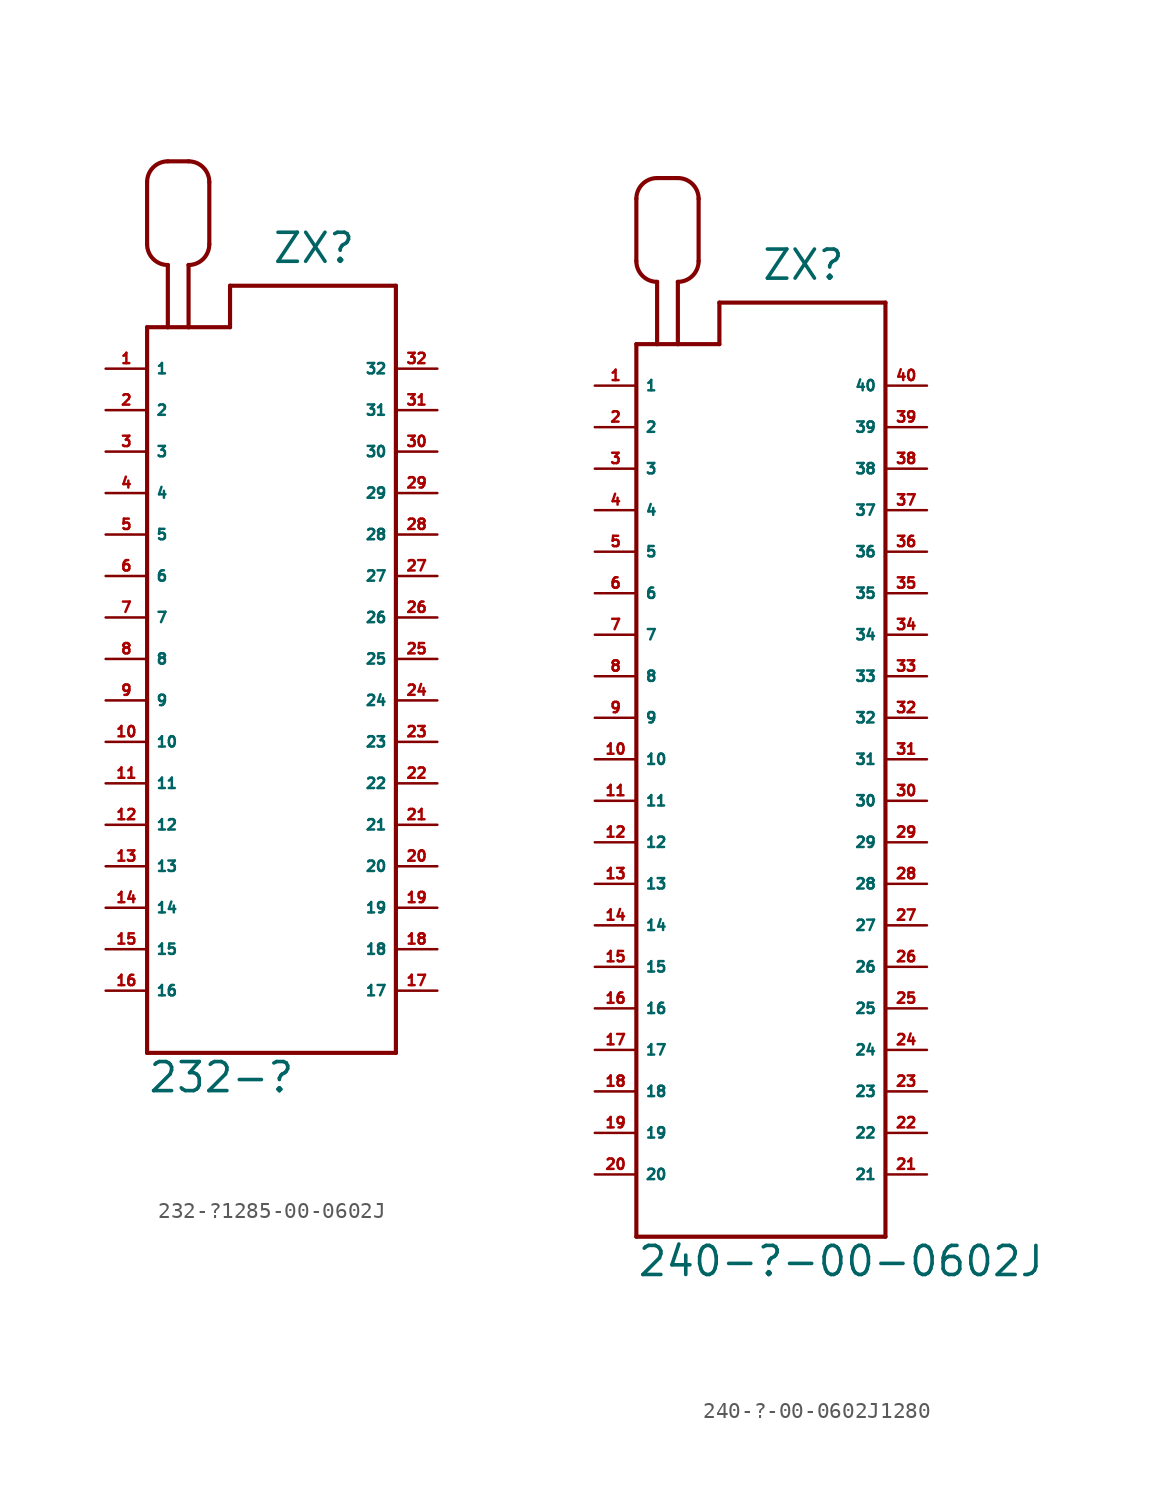
<source format=kicad_sym>
(kicad_symbol_lib
  (version 20220914)
  (generator Eagle2Kicad)
  (symbol "232-?1285-00-0602J"
    (property "Reference" "ZX"
      (at 0 24.13 0)
      (effects (font (size 1.778 1.778) (thickness 0.22)) (justify left bottom)))
    (property "Value" "232-?"
      (at -7.62 -26.67 0)
      (effects (font (size 1.778 1.778) (thickness 0.22)) (justify left bottom)))
    (polyline
      (pts (xy -7.62 20.32) (xy -7.62 -24.13))
      (stroke (width 0.254) (type default))
      (fill (type none)))
    (polyline
      (pts (xy -7.62 -24.13) (xy 7.62 -24.13))
      (stroke (width 0.254) (type default))
      (fill (type none)))
    (polyline
      (pts (xy 7.62 -24.13) (xy 7.62 22.86))
      (stroke (width 0.254) (type default))
      (fill (type none)))
    (polyline
      (pts (xy 7.62 22.86) (xy -2.54 22.86))
      (stroke (width 0.254) (type default))
      (fill (type none)))
    (polyline
      (pts (xy -2.54 22.86) (xy -2.54 20.32))
      (stroke (width 0.254) (type default))
      (fill (type none)))
    (polyline
      (pts (xy -2.54 20.32) (xy -5.08 20.32))
      (stroke (width 0.254) (type default))
      (fill (type none)))
    (polyline
      (pts (xy -5.08 20.32) (xy -6.35 20.32))
      (stroke (width 0.254) (type default))
      (fill (type none)))
    (polyline
      (pts (xy -6.35 20.32) (xy -7.62 20.32))
      (stroke (width 0.254) (type default))
      (fill (type none)))
    (polyline
      (pts (xy -6.35 20.32) (xy -6.35 24.13))
      (stroke (width 0.254) (type default))
      (fill (type none)))
    (arc
      (start -7.62 25.4)
      (mid -7.248 24.502)
      (end -6.35 24.13)
      (stroke (width 0.254) (type default))
      (fill (type none)))
    (polyline
      (pts (xy -7.62 25.4) (xy -7.62 29.21))
      (stroke (width 0.254) (type default))
      (fill (type none)))
    (arc
      (start -6.35 30.48)
      (mid -7.248 30.108)
      (end -7.62 29.21)
      (stroke (width 0.254) (type default))
      (fill (type none)))
    (polyline
      (pts (xy -6.35 30.48) (xy -5.08 30.48))
      (stroke (width 0.254) (type default))
      (fill (type none)))
    (arc
      (start -3.81 29.21)
      (mid -4.182 30.108)
      (end -5.08 30.48)
      (stroke (width 0.254) (type default))
      (fill (type none)))
    (polyline
      (pts (xy -3.81 29.21) (xy -3.81 25.4))
      (stroke (width 0.254) (type default))
      (fill (type none)))
    (arc
      (start -5.08 24.13)
      (mid -4.182 24.502)
      (end -3.81 25.4)
      (stroke (width 0.254) (type default))
      (fill (type none)))
    (polyline
      (pts (xy -5.08 24.13) (xy -5.08 20.32))
      (stroke (width 0.254) (type default))
      (fill (type none)))
    (pin passive line
      (at -10.16 17.78 0)
      (length 2.54)
      (name "1" (effects (font (size 0.635 0.635) (thickness 0.08)) (justify left bottom)))
      (number "1" (effects (font (size 0.635 0.635) (thickness 0.08)) (justify left bottom))))
    (pin passive line
      (at -10.16 15.24 0)
      (length 2.54)
      (name "2" (effects (font (size 0.635 0.635) (thickness 0.08)) (justify left bottom)))
      (number "2" (effects (font (size 0.635 0.635) (thickness 0.08)) (justify left bottom))))
    (pin passive line
      (at -10.16 12.7 0)
      (length 2.54)
      (name "3" (effects (font (size 0.635 0.635) (thickness 0.08)) (justify left bottom)))
      (number "3" (effects (font (size 0.635 0.635) (thickness 0.08)) (justify left bottom))))
    (pin passive line
      (at -10.16 10.16 0)
      (length 2.54)
      (name "4" (effects (font (size 0.635 0.635) (thickness 0.08)) (justify left bottom)))
      (number "4" (effects (font (size 0.635 0.635) (thickness 0.08)) (justify left bottom))))
    (pin passive line
      (at -10.16 7.62 0)
      (length 2.54)
      (name "5" (effects (font (size 0.635 0.635) (thickness 0.08)) (justify left bottom)))
      (number "5" (effects (font (size 0.635 0.635) (thickness 0.08)) (justify left bottom))))
    (pin passive line
      (at -10.16 5.08 0)
      (length 2.54)
      (name "6" (effects (font (size 0.635 0.635) (thickness 0.08)) (justify left bottom)))
      (number "6" (effects (font (size 0.635 0.635) (thickness 0.08)) (justify left bottom))))
    (pin passive line
      (at -10.16 2.54 0)
      (length 2.54)
      (name "7" (effects (font (size 0.635 0.635) (thickness 0.08)) (justify left bottom)))
      (number "7" (effects (font (size 0.635 0.635) (thickness 0.08)) (justify left bottom))))
    (pin passive line
      (at -10.16 0 0)
      (length 2.54)
      (name "8" (effects (font (size 0.635 0.635) (thickness 0.08)) (justify left bottom)))
      (number "8" (effects (font (size 0.635 0.635) (thickness 0.08)) (justify left bottom))))
    (pin passive line
      (at -10.16 -2.54 0)
      (length 2.54)
      (name "9" (effects (font (size 0.635 0.635) (thickness 0.08)) (justify left bottom)))
      (number "9" (effects (font (size 0.635 0.635) (thickness 0.08)) (justify left bottom))))
    (pin passive line
      (at -10.16 -5.08 0)
      (length 2.54)
      (name "10" (effects (font (size 0.635 0.635) (thickness 0.08)) (justify left bottom)))
      (number "10" (effects (font (size 0.635 0.635) (thickness 0.08)) (justify left bottom))))
    (pin passive line
      (at -10.16 -7.62 0)
      (length 2.54)
      (name "11" (effects (font (size 0.635 0.635) (thickness 0.08)) (justify left bottom)))
      (number "11" (effects (font (size 0.635 0.635) (thickness 0.08)) (justify left bottom))))
    (pin passive line
      (at -10.16 -10.16 0)
      (length 2.54)
      (name "12" (effects (font (size 0.635 0.635) (thickness 0.08)) (justify left bottom)))
      (number "12" (effects (font (size 0.635 0.635) (thickness 0.08)) (justify left bottom))))
    (pin passive line
      (at -10.16 -12.7 0)
      (length 2.54)
      (name "13" (effects (font (size 0.635 0.635) (thickness 0.08)) (justify left bottom)))
      (number "13" (effects (font (size 0.635 0.635) (thickness 0.08)) (justify left bottom))))
    (pin passive line
      (at -10.16 -15.24 0)
      (length 2.54)
      (name "14" (effects (font (size 0.635 0.635) (thickness 0.08)) (justify left bottom)))
      (number "14" (effects (font (size 0.635 0.635) (thickness 0.08)) (justify left bottom))))
    (pin passive line
      (at -10.16 -17.78 0)
      (length 2.54)
      (name "15" (effects (font (size 0.635 0.635) (thickness 0.08)) (justify left bottom)))
      (number "15" (effects (font (size 0.635 0.635) (thickness 0.08)) (justify left bottom))))
    (pin passive line
      (at -10.16 -20.32 0)
      (length 2.54)
      (name "16" (effects (font (size 0.635 0.635) (thickness 0.08)) (justify left bottom)))
      (number "16" (effects (font (size 0.635 0.635) (thickness 0.08)) (justify left bottom))))
    (pin passive line
      (at 10.16 -20.32 180)
      (length 2.54)
      (name "17" (effects (font (size 0.635 0.635) (thickness 0.08)) (justify left bottom)))
      (number "17" (effects (font (size 0.635 0.635) (thickness 0.08)) (justify left bottom))))
    (pin passive line
      (at 10.16 -17.78 180)
      (length 2.54)
      (name "18" (effects (font (size 0.635 0.635) (thickness 0.08)) (justify left bottom)))
      (number "18" (effects (font (size 0.635 0.635) (thickness 0.08)) (justify left bottom))))
    (pin passive line
      (at 10.16 -15.24 180)
      (length 2.54)
      (name "19" (effects (font (size 0.635 0.635) (thickness 0.08)) (justify left bottom)))
      (number "19" (effects (font (size 0.635 0.635) (thickness 0.08)) (justify left bottom))))
    (pin passive line
      (at 10.16 -12.7 180)
      (length 2.54)
      (name "20" (effects (font (size 0.635 0.635) (thickness 0.08)) (justify left bottom)))
      (number "20" (effects (font (size 0.635 0.635) (thickness 0.08)) (justify left bottom))))
    (pin passive line
      (at 10.16 -10.16 180)
      (length 2.54)
      (name "21" (effects (font (size 0.635 0.635) (thickness 0.08)) (justify left bottom)))
      (number "21" (effects (font (size 0.635 0.635) (thickness 0.08)) (justify left bottom))))
    (pin passive line
      (at 10.16 -7.62 180)
      (length 2.54)
      (name "22" (effects (font (size 0.635 0.635) (thickness 0.08)) (justify left bottom)))
      (number "22" (effects (font (size 0.635 0.635) (thickness 0.08)) (justify left bottom))))
    (pin passive line
      (at 10.16 -5.08 180)
      (length 2.54)
      (name "23" (effects (font (size 0.635 0.635) (thickness 0.08)) (justify left bottom)))
      (number "23" (effects (font (size 0.635 0.635) (thickness 0.08)) (justify left bottom))))
    (pin passive line
      (at 10.16 -2.54 180)
      (length 2.54)
      (name "24" (effects (font (size 0.635 0.635) (thickness 0.08)) (justify left bottom)))
      (number "24" (effects (font (size 0.635 0.635) (thickness 0.08)) (justify left bottom))))
    (pin passive line
      (at 10.16 0 180)
      (length 2.54)
      (name "25" (effects (font (size 0.635 0.635) (thickness 0.08)) (justify left bottom)))
      (number "25" (effects (font (size 0.635 0.635) (thickness 0.08)) (justify left bottom))))
    (pin passive line
      (at 10.16 2.54 180)
      (length 2.54)
      (name "26" (effects (font (size 0.635 0.635) (thickness 0.08)) (justify left bottom)))
      (number "26" (effects (font (size 0.635 0.635) (thickness 0.08)) (justify left bottom))))
    (pin passive line
      (at 10.16 5.08 180)
      (length 2.54)
      (name "27" (effects (font (size 0.635 0.635) (thickness 0.08)) (justify left bottom)))
      (number "27" (effects (font (size 0.635 0.635) (thickness 0.08)) (justify left bottom))))
    (pin passive line
      (at 10.16 7.62 180)
      (length 2.54)
      (name "28" (effects (font (size 0.635 0.635) (thickness 0.08)) (justify left bottom)))
      (number "28" (effects (font (size 0.635 0.635) (thickness 0.08)) (justify left bottom))))
    (pin passive line
      (at 10.16 10.16 180)
      (length 2.54)
      (name "29" (effects (font (size 0.635 0.635) (thickness 0.08)) (justify left bottom)))
      (number "29" (effects (font (size 0.635 0.635) (thickness 0.08)) (justify left bottom))))
    (pin passive line
      (at 10.16 12.7 180)
      (length 2.54)
      (name "30" (effects (font (size 0.635 0.635) (thickness 0.08)) (justify left bottom)))
      (number "30" (effects (font (size 0.635 0.635) (thickness 0.08)) (justify left bottom))))
    (pin passive line
      (at 10.16 15.24 180)
      (length 2.54)
      (name "31" (effects (font (size 0.635 0.635) (thickness 0.08)) (justify left bottom)))
      (number "31" (effects (font (size 0.635 0.635) (thickness 0.08)) (justify left bottom))))
    (pin passive line
      (at 10.16 17.78 180)
      (length 2.54)
      (name "32" (effects (font (size 0.635 0.635) (thickness 0.08)) (justify left bottom)))
      (number "32" (effects (font (size 0.635 0.635) (thickness 0.08)) (justify left bottom)))))
  (symbol "240-?-00-0602J1280"
    (property "Reference" "ZX"
      (at 0 29.21 0)
      (effects (font (size 1.778 1.778) (thickness 0.22)) (justify left bottom)))
    (property "Value" "240-?-00-0602J"
      (at -7.62 -31.75 0)
      (effects (font (size 1.778 1.778) (thickness 0.22)) (justify left bottom)))
    (polyline
      (pts (xy -7.62 25.4) (xy -7.62 -29.21))
      (stroke (width 0.254) (type default))
      (fill (type none)))
    (polyline
      (pts (xy -7.62 -29.21) (xy 7.62 -29.21))
      (stroke (width 0.254) (type default))
      (fill (type none)))
    (polyline
      (pts (xy 7.62 -29.21) (xy 7.62 27.94))
      (stroke (width 0.254) (type default))
      (fill (type none)))
    (polyline
      (pts (xy 7.62 27.94) (xy -2.54 27.94))
      (stroke (width 0.254) (type default))
      (fill (type none)))
    (polyline
      (pts (xy -2.54 27.94) (xy -2.54 25.4))
      (stroke (width 0.254) (type default))
      (fill (type none)))
    (polyline
      (pts (xy -2.54 25.4) (xy -5.08 25.4))
      (stroke (width 0.254) (type default))
      (fill (type none)))
    (polyline
      (pts (xy -5.08 25.4) (xy -6.35 25.4))
      (stroke (width 0.254) (type default))
      (fill (type none)))
    (polyline
      (pts (xy -6.35 25.4) (xy -7.62 25.4))
      (stroke (width 0.254) (type default))
      (fill (type none)))
    (polyline
      (pts (xy -6.35 25.4) (xy -6.35 29.21))
      (stroke (width 0.254) (type default))
      (fill (type none)))
    (arc
      (start -7.62 30.48)
      (mid -7.248 29.582)
      (end -6.35 29.21)
      (stroke (width 0.254) (type default))
      (fill (type none)))
    (polyline
      (pts (xy -7.62 30.48) (xy -7.62 34.29))
      (stroke (width 0.254) (type default))
      (fill (type none)))
    (arc
      (start -6.35 35.56)
      (mid -7.248 35.188)
      (end -7.62 34.29)
      (stroke (width 0.254) (type default))
      (fill (type none)))
    (polyline
      (pts (xy -6.35 35.56) (xy -5.08 35.56))
      (stroke (width 0.254) (type default))
      (fill (type none)))
    (arc
      (start -3.81 34.29)
      (mid -4.182 35.188)
      (end -5.08 35.56)
      (stroke (width 0.254) (type default))
      (fill (type none)))
    (polyline
      (pts (xy -3.81 34.29) (xy -3.81 30.48))
      (stroke (width 0.254) (type default))
      (fill (type none)))
    (arc
      (start -5.08 29.21)
      (mid -4.182 29.582)
      (end -3.81 30.48)
      (stroke (width 0.254) (type default))
      (fill (type none)))
    (polyline
      (pts (xy -5.08 29.21) (xy -5.08 25.4))
      (stroke (width 0.254) (type default))
      (fill (type none)))
    (pin passive line
      (at -10.16 22.86 0)
      (length 2.54)
      (name "1" (effects (font (size 0.635 0.635) (thickness 0.08)) (justify left bottom)))
      (number "1" (effects (font (size 0.635 0.635) (thickness 0.08)) (justify left bottom))))
    (pin passive line
      (at -10.16 20.32 0)
      (length 2.54)
      (name "2" (effects (font (size 0.635 0.635) (thickness 0.08)) (justify left bottom)))
      (number "2" (effects (font (size 0.635 0.635) (thickness 0.08)) (justify left bottom))))
    (pin passive line
      (at -10.16 17.78 0)
      (length 2.54)
      (name "3" (effects (font (size 0.635 0.635) (thickness 0.08)) (justify left bottom)))
      (number "3" (effects (font (size 0.635 0.635) (thickness 0.08)) (justify left bottom))))
    (pin passive line
      (at -10.16 15.24 0)
      (length 2.54)
      (name "4" (effects (font (size 0.635 0.635) (thickness 0.08)) (justify left bottom)))
      (number "4" (effects (font (size 0.635 0.635) (thickness 0.08)) (justify left bottom))))
    (pin passive line
      (at -10.16 12.7 0)
      (length 2.54)
      (name "5" (effects (font (size 0.635 0.635) (thickness 0.08)) (justify left bottom)))
      (number "5" (effects (font (size 0.635 0.635) (thickness 0.08)) (justify left bottom))))
    (pin passive line
      (at -10.16 10.16 0)
      (length 2.54)
      (name "6" (effects (font (size 0.635 0.635) (thickness 0.08)) (justify left bottom)))
      (number "6" (effects (font (size 0.635 0.635) (thickness 0.08)) (justify left bottom))))
    (pin passive line
      (at -10.16 7.62 0)
      (length 2.54)
      (name "7" (effects (font (size 0.635 0.635) (thickness 0.08)) (justify left bottom)))
      (number "7" (effects (font (size 0.635 0.635) (thickness 0.08)) (justify left bottom))))
    (pin passive line
      (at -10.16 5.08 0)
      (length 2.54)
      (name "8" (effects (font (size 0.635 0.635) (thickness 0.08)) (justify left bottom)))
      (number "8" (effects (font (size 0.635 0.635) (thickness 0.08)) (justify left bottom))))
    (pin passive line
      (at -10.16 2.54 0)
      (length 2.54)
      (name "9" (effects (font (size 0.635 0.635) (thickness 0.08)) (justify left bottom)))
      (number "9" (effects (font (size 0.635 0.635) (thickness 0.08)) (justify left bottom))))
    (pin passive line
      (at -10.16 0 0)
      (length 2.54)
      (name "10" (effects (font (size 0.635 0.635) (thickness 0.08)) (justify left bottom)))
      (number "10" (effects (font (size 0.635 0.635) (thickness 0.08)) (justify left bottom))))
    (pin passive line
      (at -10.16 -2.54 0)
      (length 2.54)
      (name "11" (effects (font (size 0.635 0.635) (thickness 0.08)) (justify left bottom)))
      (number "11" (effects (font (size 0.635 0.635) (thickness 0.08)) (justify left bottom))))
    (pin passive line
      (at -10.16 -5.08 0)
      (length 2.54)
      (name "12" (effects (font (size 0.635 0.635) (thickness 0.08)) (justify left bottom)))
      (number "12" (effects (font (size 0.635 0.635) (thickness 0.08)) (justify left bottom))))
    (pin passive line
      (at -10.16 -7.62 0)
      (length 2.54)
      (name "13" (effects (font (size 0.635 0.635) (thickness 0.08)) (justify left bottom)))
      (number "13" (effects (font (size 0.635 0.635) (thickness 0.08)) (justify left bottom))))
    (pin passive line
      (at -10.16 -10.16 0)
      (length 2.54)
      (name "14" (effects (font (size 0.635 0.635) (thickness 0.08)) (justify left bottom)))
      (number "14" (effects (font (size 0.635 0.635) (thickness 0.08)) (justify left bottom))))
    (pin passive line
      (at -10.16 -12.7 0)
      (length 2.54)
      (name "15" (effects (font (size 0.635 0.635) (thickness 0.08)) (justify left bottom)))
      (number "15" (effects (font (size 0.635 0.635) (thickness 0.08)) (justify left bottom))))
    (pin passive line
      (at -10.16 -15.24 0)
      (length 2.54)
      (name "16" (effects (font (size 0.635 0.635) (thickness 0.08)) (justify left bottom)))
      (number "16" (effects (font (size 0.635 0.635) (thickness 0.08)) (justify left bottom))))
    (pin passive line
      (at -10.16 -17.78 0)
      (length 2.54)
      (name "17" (effects (font (size 0.635 0.635) (thickness 0.08)) (justify left bottom)))
      (number "17" (effects (font (size 0.635 0.635) (thickness 0.08)) (justify left bottom))))
    (pin passive line
      (at -10.16 -20.32 0)
      (length 2.54)
      (name "18" (effects (font (size 0.635 0.635) (thickness 0.08)) (justify left bottom)))
      (number "18" (effects (font (size 0.635 0.635) (thickness 0.08)) (justify left bottom))))
    (pin passive line
      (at -10.16 -22.86 0)
      (length 2.54)
      (name "19" (effects (font (size 0.635 0.635) (thickness 0.08)) (justify left bottom)))
      (number "19" (effects (font (size 0.635 0.635) (thickness 0.08)) (justify left bottom))))
    (pin passive line
      (at -10.16 -25.4 0)
      (length 2.54)
      (name "20" (effects (font (size 0.635 0.635) (thickness 0.08)) (justify left bottom)))
      (number "20" (effects (font (size 0.635 0.635) (thickness 0.08)) (justify left bottom))))
    (pin passive line
      (at 10.16 -25.4 180)
      (length 2.54)
      (name "21" (effects (font (size 0.635 0.635) (thickness 0.08)) (justify left bottom)))
      (number "21" (effects (font (size 0.635 0.635) (thickness 0.08)) (justify left bottom))))
    (pin passive line
      (at 10.16 -22.86 180)
      (length 2.54)
      (name "22" (effects (font (size 0.635 0.635) (thickness 0.08)) (justify left bottom)))
      (number "22" (effects (font (size 0.635 0.635) (thickness 0.08)) (justify left bottom))))
    (pin passive line
      (at 10.16 -20.32 180)
      (length 2.54)
      (name "23" (effects (font (size 0.635 0.635) (thickness 0.08)) (justify left bottom)))
      (number "23" (effects (font (size 0.635 0.635) (thickness 0.08)) (justify left bottom))))
    (pin passive line
      (at 10.16 -17.78 180)
      (length 2.54)
      (name "24" (effects (font (size 0.635 0.635) (thickness 0.08)) (justify left bottom)))
      (number "24" (effects (font (size 0.635 0.635) (thickness 0.08)) (justify left bottom))))
    (pin passive line
      (at 10.16 -15.24 180)
      (length 2.54)
      (name "25" (effects (font (size 0.635 0.635) (thickness 0.08)) (justify left bottom)))
      (number "25" (effects (font (size 0.635 0.635) (thickness 0.08)) (justify left bottom))))
    (pin passive line
      (at 10.16 -12.7 180)
      (length 2.54)
      (name "26" (effects (font (size 0.635 0.635) (thickness 0.08)) (justify left bottom)))
      (number "26" (effects (font (size 0.635 0.635) (thickness 0.08)) (justify left bottom))))
    (pin passive line
      (at 10.16 -10.16 180)
      (length 2.54)
      (name "27" (effects (font (size 0.635 0.635) (thickness 0.08)) (justify left bottom)))
      (number "27" (effects (font (size 0.635 0.635) (thickness 0.08)) (justify left bottom))))
    (pin passive line
      (at 10.16 -7.62 180)
      (length 2.54)
      (name "28" (effects (font (size 0.635 0.635) (thickness 0.08)) (justify left bottom)))
      (number "28" (effects (font (size 0.635 0.635) (thickness 0.08)) (justify left bottom))))
    (pin passive line
      (at 10.16 -5.08 180)
      (length 2.54)
      (name "29" (effects (font (size 0.635 0.635) (thickness 0.08)) (justify left bottom)))
      (number "29" (effects (font (size 0.635 0.635) (thickness 0.08)) (justify left bottom))))
    (pin passive line
      (at 10.16 -2.54 180)
      (length 2.54)
      (name "30" (effects (font (size 0.635 0.635) (thickness 0.08)) (justify left bottom)))
      (number "30" (effects (font (size 0.635 0.635) (thickness 0.08)) (justify left bottom))))
    (pin passive line
      (at 10.16 0 180)
      (length 2.54)
      (name "31" (effects (font (size 0.635 0.635) (thickness 0.08)) (justify left bottom)))
      (number "31" (effects (font (size 0.635 0.635) (thickness 0.08)) (justify left bottom))))
    (pin passive line
      (at 10.16 2.54 180)
      (length 2.54)
      (name "32" (effects (font (size 0.635 0.635) (thickness 0.08)) (justify left bottom)))
      (number "32" (effects (font (size 0.635 0.635) (thickness 0.08)) (justify left bottom))))
    (pin passive line
      (at 10.16 5.08 180)
      (length 2.54)
      (name "33" (effects (font (size 0.635 0.635) (thickness 0.08)) (justify left bottom)))
      (number "33" (effects (font (size 0.635 0.635) (thickness 0.08)) (justify left bottom))))
    (pin passive line
      (at 10.16 7.62 180)
      (length 2.54)
      (name "34" (effects (font (size 0.635 0.635) (thickness 0.08)) (justify left bottom)))
      (number "34" (effects (font (size 0.635 0.635) (thickness 0.08)) (justify left bottom))))
    (pin passive line
      (at 10.16 10.16 180)
      (length 2.54)
      (name "35" (effects (font (size 0.635 0.635) (thickness 0.08)) (justify left bottom)))
      (number "35" (effects (font (size 0.635 0.635) (thickness 0.08)) (justify left bottom))))
    (pin passive line
      (at 10.16 12.7 180)
      (length 2.54)
      (name "36" (effects (font (size 0.635 0.635) (thickness 0.08)) (justify left bottom)))
      (number "36" (effects (font (size 0.635 0.635) (thickness 0.08)) (justify left bottom))))
    (pin passive line
      (at 10.16 15.24 180)
      (length 2.54)
      (name "37" (effects (font (size 0.635 0.635) (thickness 0.08)) (justify left bottom)))
      (number "37" (effects (font (size 0.635 0.635) (thickness 0.08)) (justify left bottom))))
    (pin passive line
      (at 10.16 17.78 180)
      (length 2.54)
      (name "38" (effects (font (size 0.635 0.635) (thickness 0.08)) (justify left bottom)))
      (number "38" (effects (font (size 0.635 0.635) (thickness 0.08)) (justify left bottom))))
    (pin passive line
      (at 10.16 20.32 180)
      (length 2.54)
      (name "39" (effects (font (size 0.635 0.635) (thickness 0.08)) (justify left bottom)))
      (number "39" (effects (font (size 0.635 0.635) (thickness 0.08)) (justify left bottom))))
    (pin passive line
      (at 10.16 22.86 180)
      (length 2.54)
      (name "40" (effects (font (size 0.635 0.635) (thickness 0.08)) (justify left bottom)))
      (number "40" (effects (font (size 0.635 0.635) (thickness 0.08)) (justify left bottom))))))
</source>
